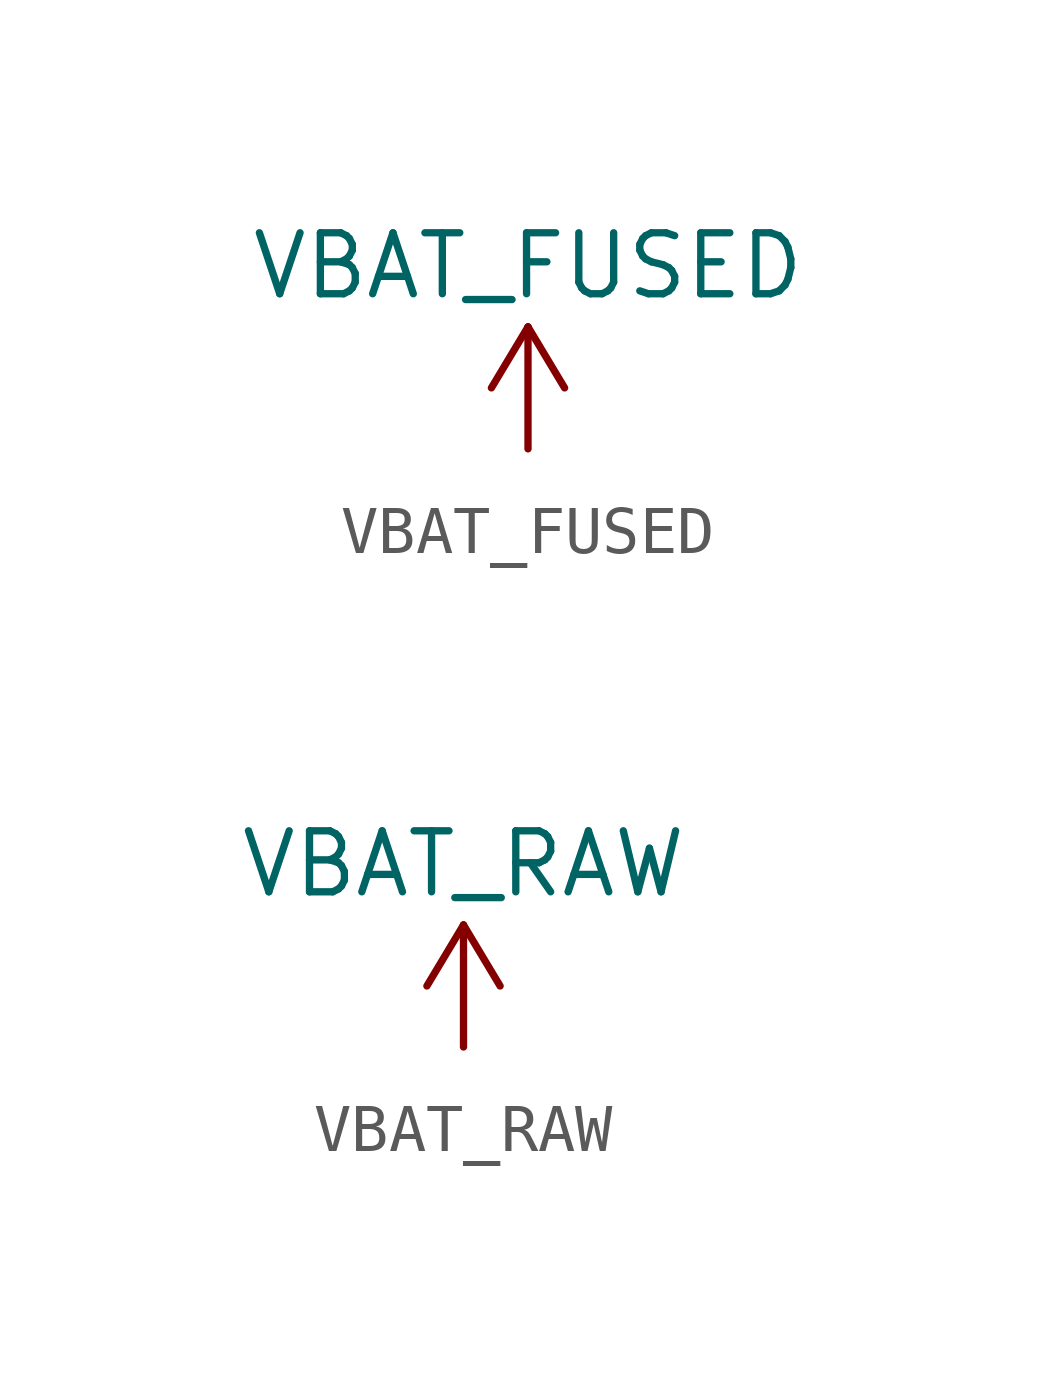
<source format=kicad_sym>
(kicad_symbol_lib
  (version 20220914)
  (generator kicad_symbol_editor)
  (symbol "VBAT_FUSED"
    (power)
    (pin_names
      (offset 0))
    (property "Reference" "#PWR"
      (at 0 -3.81 0)
      (effects (font (size 1.27 1.27)) hide))
    (property "Value" "VBAT_FUSED"
      (at 0 3.81 0)
      (effects (font (size 1.27 1.27))))
    (symbol "VBAT_FUSED_0_1"
      (polyline (pts (xy -0.762 1.27) (xy 0 2.54)) (stroke (width 0) (type default)) (fill (type none)))
      (polyline (pts (xy 0 0) (xy 0 2.54)) (stroke (width 0) (type default)) (fill (type none)))
      (polyline (pts (xy 0 2.54) (xy 0.762 1.27)) (stroke (width 0) (type default)) (fill (type none))))
    (symbol "VBAT_FUSED_1_1"
      (pin power_in line (at 0 0 90) (length 0) hide (name "VBAT_FUSED" (effects (font (size 1.27 1.27)))) (number "1" (effects (font (size 1.27 1.27)))))))
  (symbol "VBAT_RAW"
    (power)
    (pin_names
      (offset 0))
    (property "Reference" "#PWR"
      (at 0 -3.81 0)
      (effects (font (size 1.27 1.27)) hide))
    (property "Value" "VBAT_RAW"
      (at 0 3.81 0)
      (effects (font (size 1.27 1.27))))
    (symbol "VBAT_RAW_0_1"
      (polyline (pts (xy -0.762 1.27) (xy 0 2.54)) (stroke (width 0) (type default)) (fill (type none)))
      (polyline (pts (xy 0 0) (xy 0 2.54)) (stroke (width 0) (type default)) (fill (type none)))
      (polyline (pts (xy 0 2.54) (xy 0.762 1.27)) (stroke (width 0) (type default)) (fill (type none))))
    (symbol "VBAT_RAW_1_1"
      (pin power_in line (at 0 0 90) (length 0) hide (name "VBAT_RAW" (effects (font (size 1.27 1.27)))) (number "1" (effects (font (size 1.27 1.27))))))))
</source>
